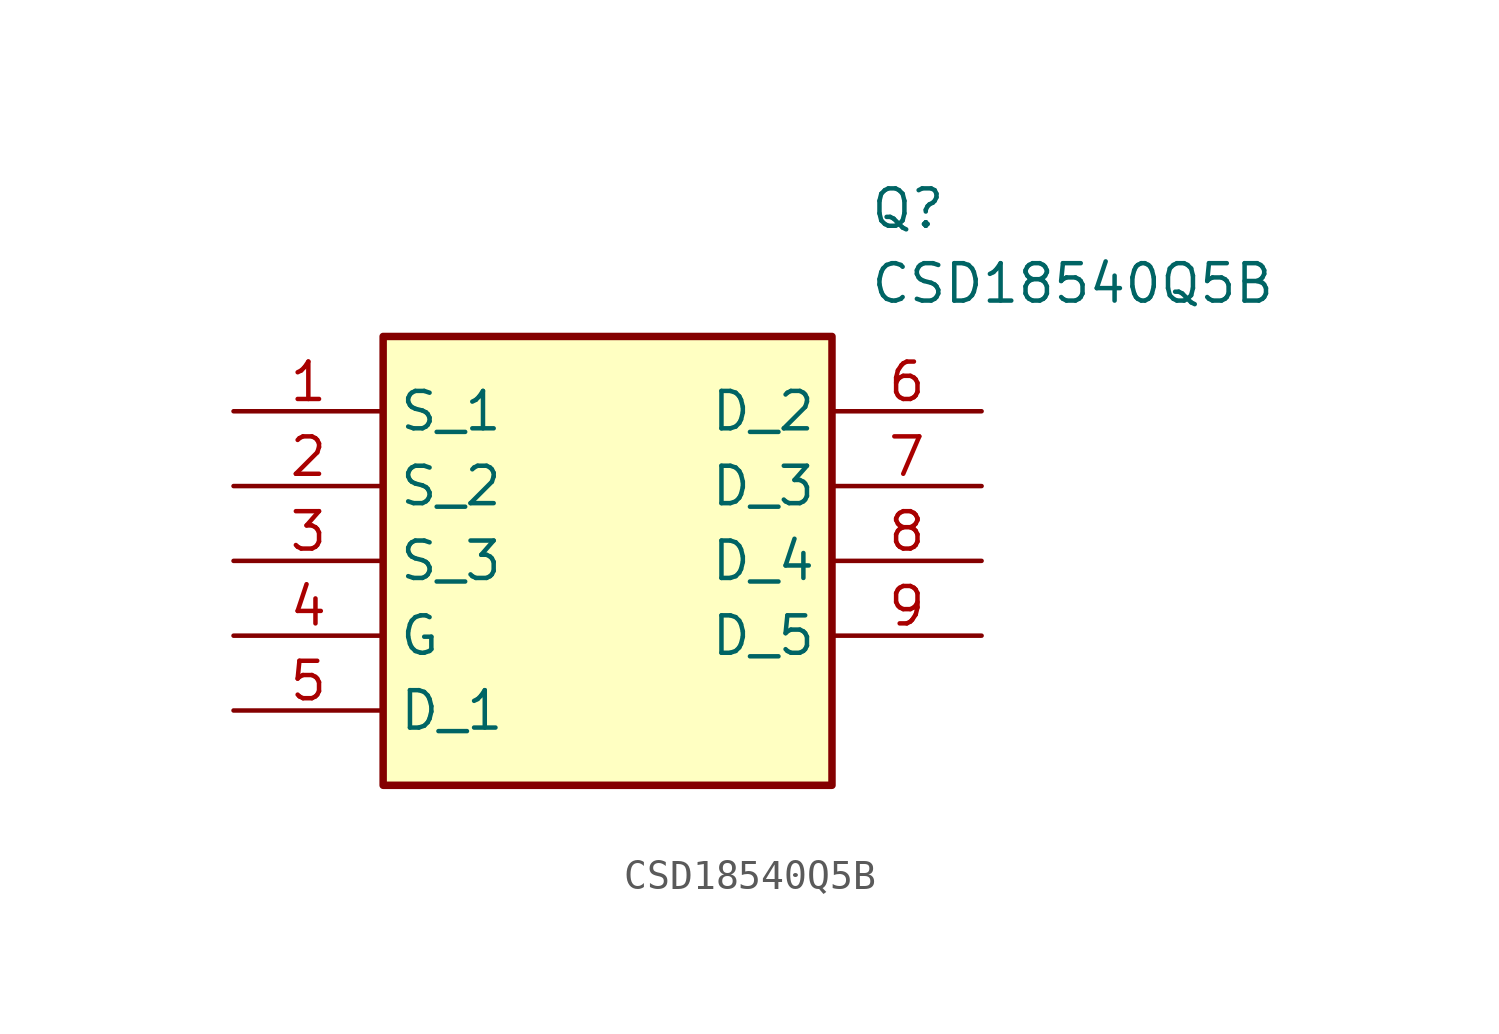
<source format=kicad_sym>
(kicad_symbol_lib
  (version 20211014)
  (generator SamacSys_ECAD_Model)
  (symbol "CSD18540Q5B"
    (property "Reference" "Q"
      (at 21.59 7.62 0)
      (effects (font (size 1.27 1.27)) (justify left top)))
    (property "Value" "CSD18540Q5B"
      (at 21.59 5.08 0)
      (effects (font (size 1.27 1.27)) (justify left top)))
    (rectangle
      (start 5.08 2.54)
      (end 20.32 -12.7)
      (stroke (width 0.254) (type default))
      (fill (type background)))
    (pin passive line
      (at 0 0 0)
      (length 5.08)
      (name "S_1" (effects (font (size 1.27 1.27))))
      (number "1" (effects (font (size 1.27 1.27)))))
    (pin passive line
      (at 0 -2.54 0)
      (length 5.08)
      (name "S_2" (effects (font (size 1.27 1.27))))
      (number "2" (effects (font (size 1.27 1.27)))))
    (pin passive line
      (at 0 -5.08 0)
      (length 5.08)
      (name "S_3" (effects (font (size 1.27 1.27))))
      (number "3" (effects (font (size 1.27 1.27)))))
    (pin passive line
      (at 0 -7.62 0)
      (length 5.08)
      (name "G" (effects (font (size 1.27 1.27))))
      (number "4" (effects (font (size 1.27 1.27)))))
    (pin passive line
      (at 0 -10.16 0)
      (length 5.08)
      (name "D_1" (effects (font (size 1.27 1.27))))
      (number "5" (effects (font (size 1.27 1.27)))))
    (pin passive line
      (at 25.4 0 180)
      (length 5.08)
      (name "D_2" (effects (font (size 1.27 1.27))))
      (number "6" (effects (font (size 1.27 1.27)))))
    (pin passive line
      (at 25.4 -2.54 180)
      (length 5.08)
      (name "D_3" (effects (font (size 1.27 1.27))))
      (number "7" (effects (font (size 1.27 1.27)))))
    (pin passive line
      (at 25.4 -5.08 180)
      (length 5.08)
      (name "D_4" (effects (font (size 1.27 1.27))))
      (number "8" (effects (font (size 1.27 1.27)))))
    (pin passive line
      (at 25.4 -7.62 180)
      (length 5.08)
      (name "D_5" (effects (font (size 1.27 1.27))))
      (number "9" (effects (font (size 1.27 1.27)))))))
</source>
